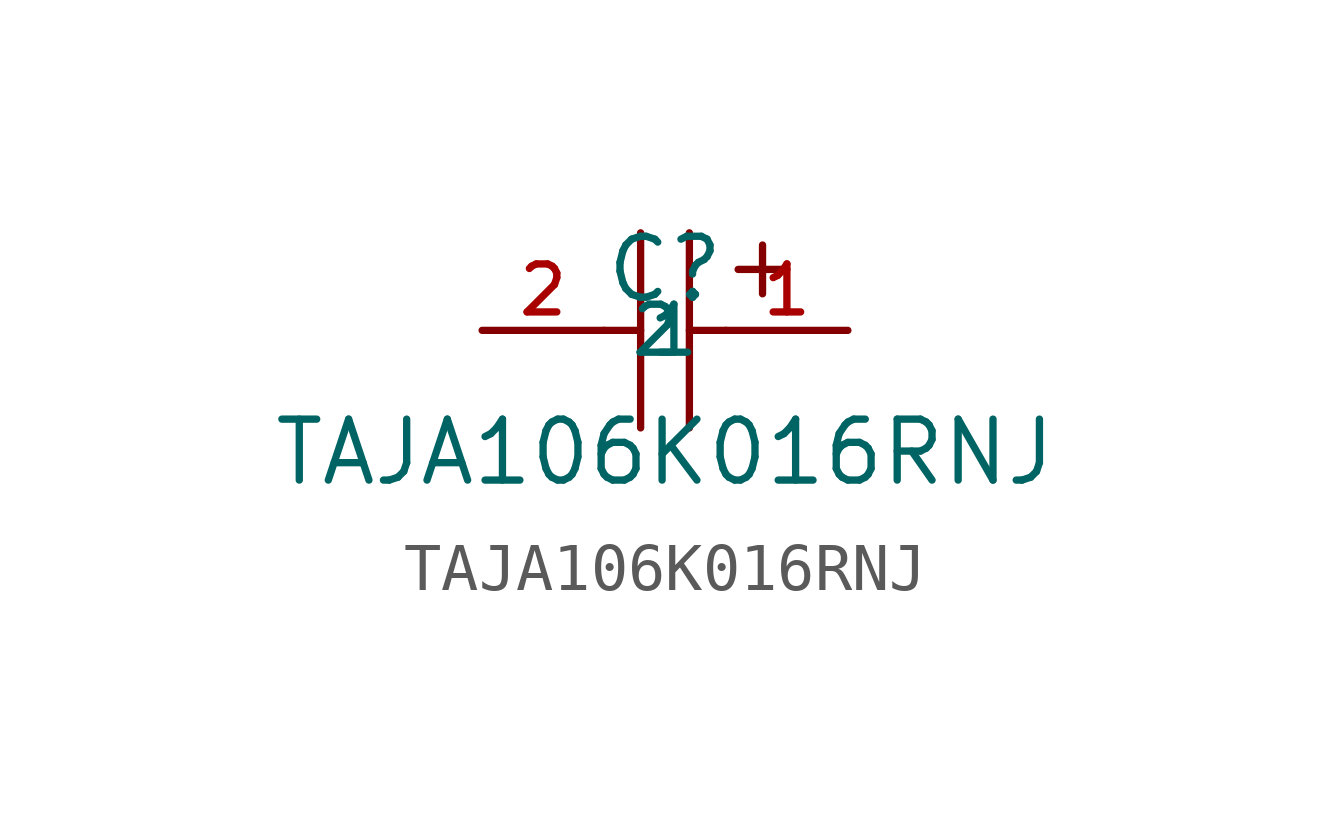
<source format=kicad_sym>
(kicad_symbol_lib
  (version 20210201)
  (generator TousstNicolas/JLC2KiCad_lib)
  (symbol "TAJA106K016RNJ"
    (property "Reference" "C"
      (at 0 1.27 0)
      (effects (font (size 1.27 1.27))))
    (property "Value" "TAJA106K016RNJ"
      (at 0 -2.54 0)
      (effects (font (size 1.27 1.27))))
    (symbol "TAJA106K016RNJ_0_1"
      (polyline (pts (xy 0.508 -2.032) (xy 0.508 2.032)) (stroke (width 0) (type default) (color 0 0 0 0)) (fill (type none)))
      (polyline (pts (xy -0.508 -2.032) (xy -0.508 2.032)) (stroke (width 0) (type default) (color 0 0 0 0)) (fill (type none)))
      (pin input line (at 3.81 -0.0 180) (length 2.54) (name "1" (effects (font (size 1 1)))) (number "1" (effects (font (size 1 1)))))
      (pin input line (at -3.81 -0.0 0) (length 2.54) (name "2" (effects (font (size 1 1)))) (number "2" (effects (font (size 1 1)))))
      (polyline (pts (xy 1.27 -0.0) (xy 0.508 -0.0)) (stroke (width 0) (type default) (color 0 0 0 0)) (fill (type none)))
      (polyline (pts (xy -0.508 -0.0) (xy -1.27 -0.0)) (stroke (width 0) (type default) (color 0 0 0 0)) (fill (type none)))
      (polyline (pts (xy 1.524 1.27) (xy 2.54 1.27)) (stroke (width 0) (type default) (color 0 0 0 0)) (fill (type none)))
      (polyline (pts (xy 2.032 1.778) (xy 2.032 0.762)) (stroke (width 0) (type default) (color 0 0 0 0)) (fill (type none))))))
</source>
